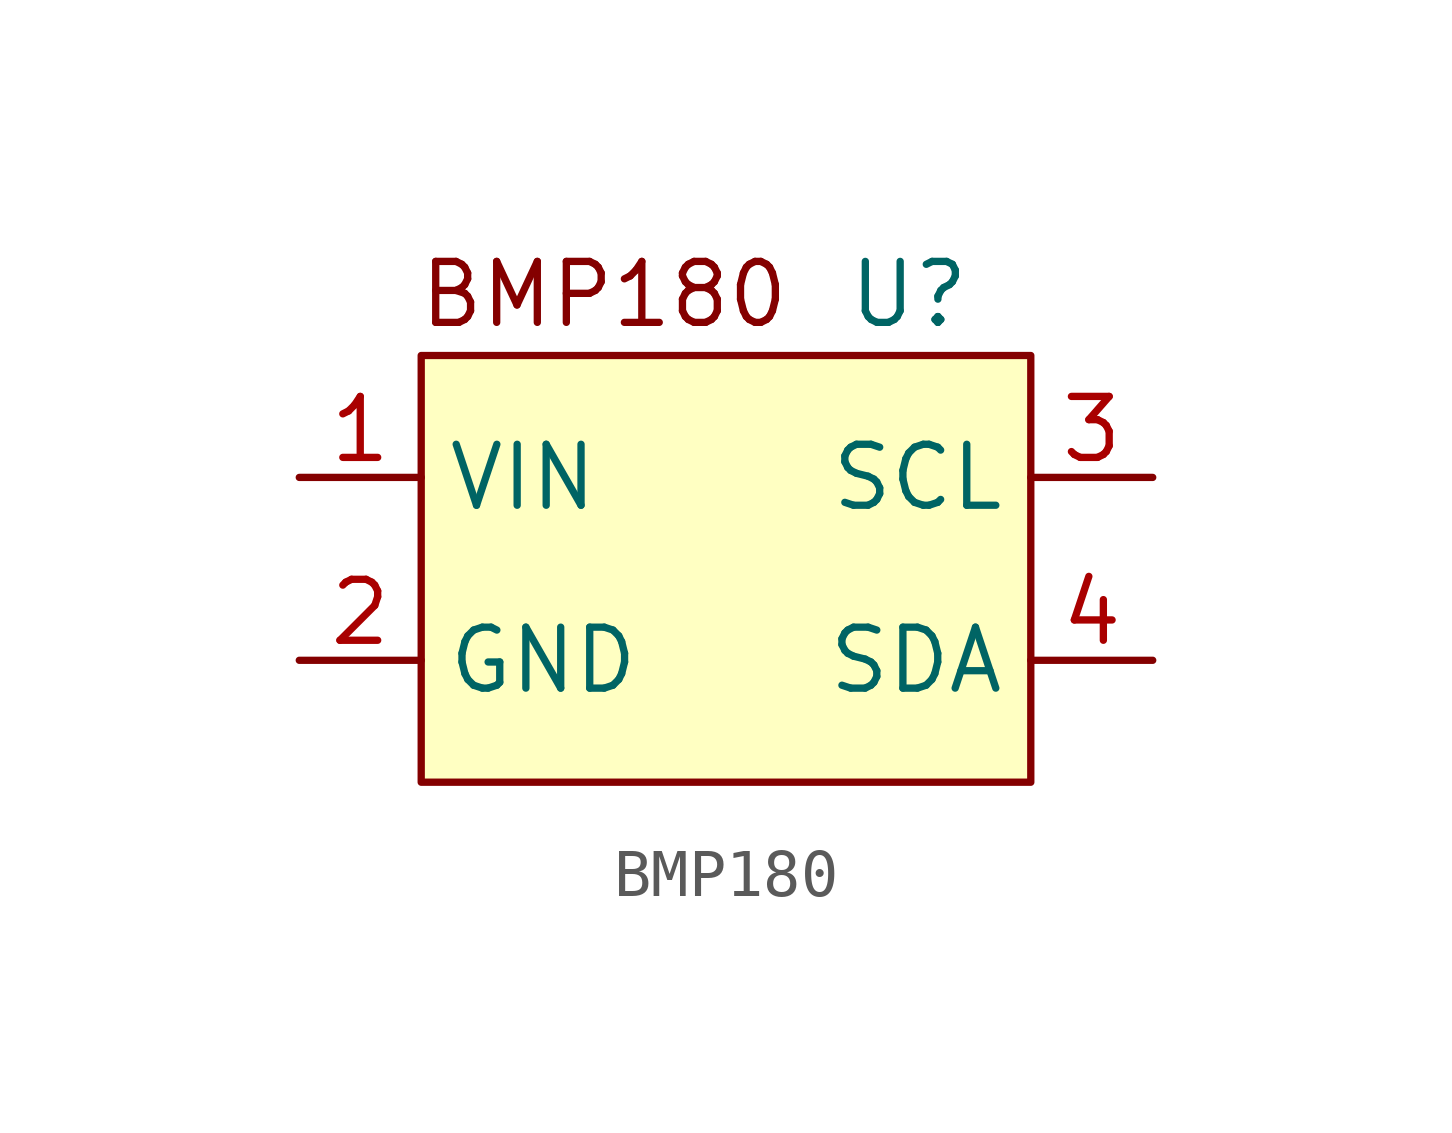
<source format=kicad_sym>
(kicad_symbol_lib
  (version 20220914)
  (generator kicad_symbol_editor)
  (symbol "BMP180"
    (property "Reference" "U"
      (at 3.81 5.08 0)
      (effects (font (size 1.27 1.27))))
    (property "Value" ""
      (at 0 0 0)
      (effects (font (size 1.27 1.27))))
    (symbol "BMP180_1_1"
      (rectangle (start -6.35 3.81) (end 6.35 -5.08) (stroke (width 0) (type default)) (fill (type background)))
      (text "BMP180" (at -2.54 5.08 0) (effects (font (size 1.27 1.27))))
      (pin power_in line (at -8.89 1.27 0) (length 2.54) (name "VIN" (effects (font (size 1.27 1.27)))) (number "1" (effects (font (size 1.27 1.27)))))
      (pin power_in line (at -8.89 -2.54 0) (length 2.54) (name "GND" (effects (font (size 1.27 1.27)))) (number "2" (effects (font (size 1.27 1.27)))))
      (pin input line (at 8.89 1.27 180) (length 2.54) (name "SCL" (effects (font (size 1.27 1.27)))) (number "3" (effects (font (size 1.27 1.27)))))
      (pin bidirectional line (at 8.89 -2.54 180) (length 2.54) (name "SDA" (effects (font (size 1.27 1.27)))) (number "4" (effects (font (size 1.27 1.27))))))))
</source>
